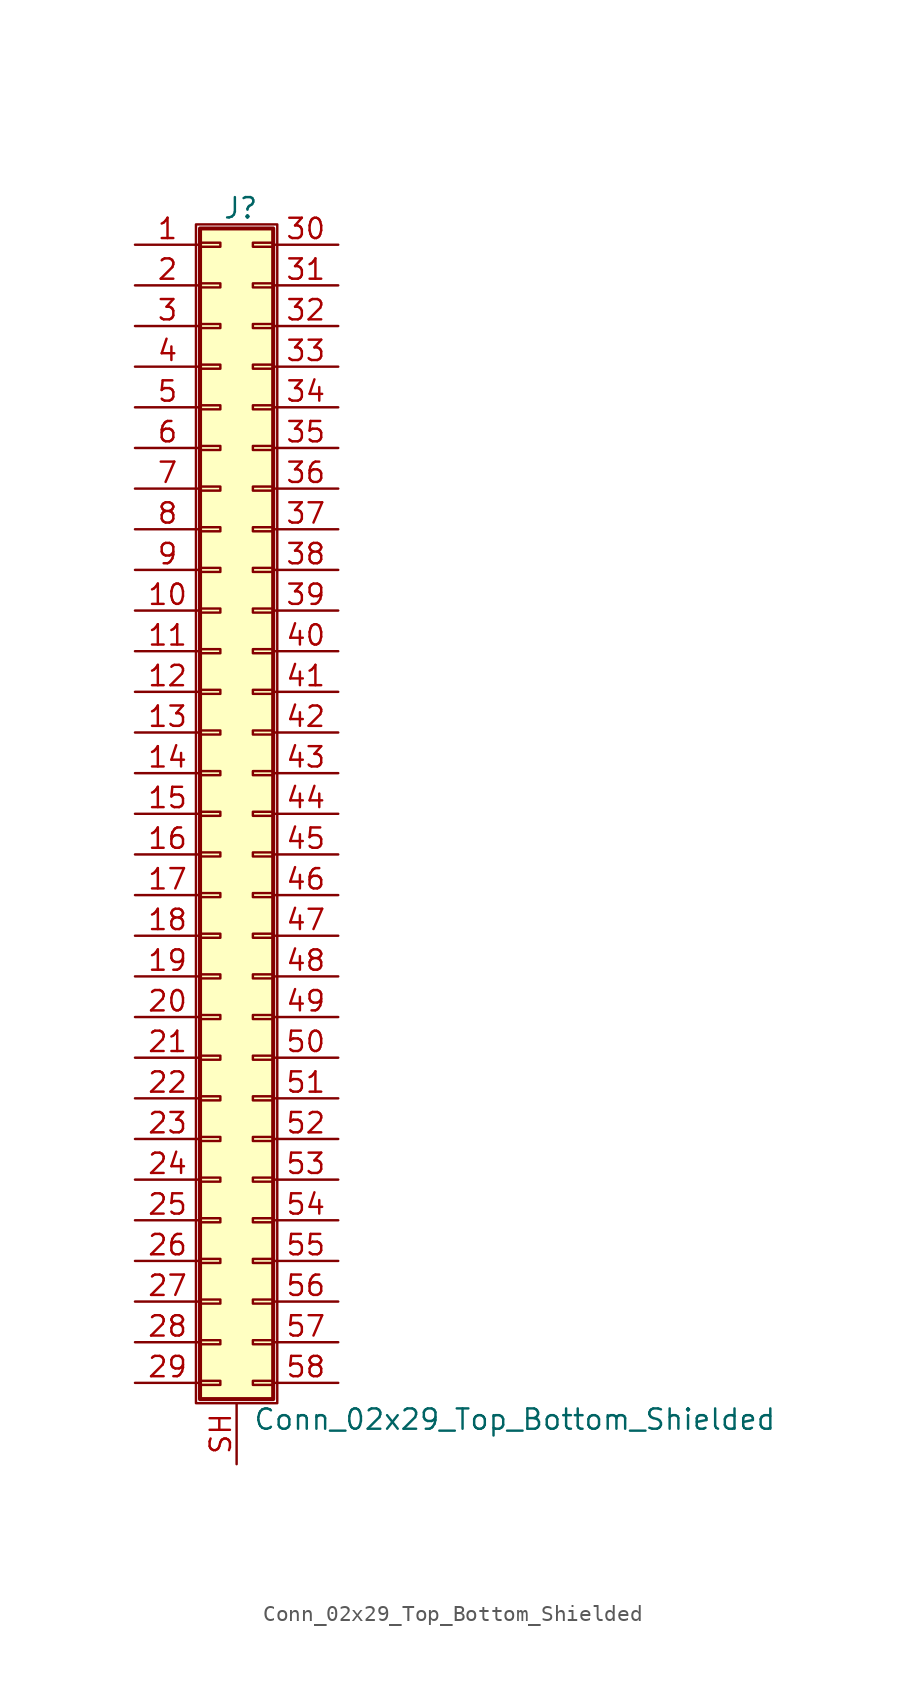
<source format=kicad_sym>
(kicad_symbol_lib
  (version 20201005)
  (generator kicad_symbol_editor)
  (symbol "Conn_02x29_Top_Bottom_Shielded"
    (pin_names
      (offset 1.016) hide)
    (property "Reference" "J"
      (at 1.524 37.846 0)
      (effects (font (size 1.27 1.27))))
    (property "Value" "Conn_02x29_Top_Bottom_Shielded"
      (at 2.286 -37.846 0)
      (effects (font (size 1.27 1.27)) (justify left)))
    (symbol "Conn_02x29_Top_Bottom_Shielded_1_1"
      (rectangle (start -1.27 36.83) (end 3.81 -36.83) (stroke (width 0.152)) (fill (type none)))
      (rectangle (start -1.016 -35.433) (end 0.254 -35.687) (stroke (width 0.152)) (fill (type none)))
      (rectangle (start -1.016 -32.893) (end 0.254 -33.147) (stroke (width 0.152)) (fill (type none)))
      (rectangle (start -1.016 -30.353) (end 0.254 -30.607) (stroke (width 0.152)) (fill (type none)))
      (rectangle (start -1.016 -27.813) (end 0.254 -28.067) (stroke (width 0.152)) (fill (type none)))
      (rectangle (start -1.016 -25.273) (end 0.254 -25.527) (stroke (width 0.152)) (fill (type none)))
      (rectangle (start -1.016 -22.733) (end 0.254 -22.987) (stroke (width 0.152)) (fill (type none)))
      (rectangle (start -1.016 -20.193) (end 0.254 -20.447) (stroke (width 0.152)) (fill (type none)))
      (rectangle (start -1.016 -17.653) (end 0.254 -17.907) (stroke (width 0.152)) (fill (type none)))
      (rectangle (start -1.016 -15.113) (end 0.254 -15.367) (stroke (width 0.152)) (fill (type none)))
      (rectangle (start -1.016 -12.573) (end 0.254 -12.827) (stroke (width 0.152)) (fill (type none)))
      (rectangle (start -1.016 -10.033) (end 0.254 -10.287) (stroke (width 0.152)) (fill (type none)))
      (rectangle (start -1.016 -7.493) (end 0.254 -7.747) (stroke (width 0.152)) (fill (type none)))
      (rectangle (start -1.016 -4.953) (end 0.254 -5.207) (stroke (width 0.152)) (fill (type none)))
      (rectangle (start -1.016 -2.413) (end 0.254 -2.667) (stroke (width 0.152)) (fill (type none)))
      (rectangle (start -1.016 0.127) (end 0.254 -0.127) (stroke (width 0.152)) (fill (type none)))
      (rectangle (start -1.016 2.667) (end 0.254 2.413) (stroke (width 0.152)) (fill (type none)))
      (rectangle (start -1.016 5.207) (end 0.254 4.953) (stroke (width 0.152)) (fill (type none)))
      (rectangle (start -1.016 7.747) (end 0.254 7.493) (stroke (width 0.152)) (fill (type none)))
      (rectangle (start -1.016 10.287) (end 0.254 10.033) (stroke (width 0.152)) (fill (type none)))
      (rectangle (start -1.016 12.827) (end 0.254 12.573) (stroke (width 0.152)) (fill (type none)))
      (rectangle (start -1.016 15.367) (end 0.254 15.113) (stroke (width 0.152)) (fill (type none)))
      (rectangle (start -1.016 17.907) (end 0.254 17.653) (stroke (width 0.152)) (fill (type none)))
      (rectangle (start -1.016 20.447) (end 0.254 20.193) (stroke (width 0.152)) (fill (type none)))
      (rectangle (start -1.016 22.987) (end 0.254 22.733) (stroke (width 0.152)) (fill (type none)))
      (rectangle (start -1.016 25.527) (end 0.254 25.273) (stroke (width 0.152)) (fill (type none)))
      (rectangle (start -1.016 28.067) (end 0.254 27.813) (stroke (width 0.152)) (fill (type none)))
      (rectangle (start -1.016 30.607) (end 0.254 30.353) (stroke (width 0.152)) (fill (type none)))
      (rectangle (start -1.016 33.147) (end 0.254 32.893) (stroke (width 0.152)) (fill (type none)))
      (rectangle (start -1.016 35.687) (end 0.254 35.433) (stroke (width 0.152)) (fill (type none)))
      (rectangle (start 3.556 -35.433) (end 2.286 -35.687) (stroke (width 0.152)) (fill (type none)))
      (rectangle (start 3.556 -32.893) (end 2.286 -33.147) (stroke (width 0.152)) (fill (type none)))
      (rectangle (start 3.556 -30.353) (end 2.286 -30.607) (stroke (width 0.152)) (fill (type none)))
      (rectangle (start 3.556 -27.813) (end 2.286 -28.067) (stroke (width 0.152)) (fill (type none)))
      (rectangle (start 3.556 -25.273) (end 2.286 -25.527) (stroke (width 0.152)) (fill (type none)))
      (rectangle (start 3.556 -22.733) (end 2.286 -22.987) (stroke (width 0.152)) (fill (type none)))
      (rectangle (start 3.556 -20.193) (end 2.286 -20.447) (stroke (width 0.152)) (fill (type none)))
      (rectangle (start 3.556 -17.653) (end 2.286 -17.907) (stroke (width 0.152)) (fill (type none)))
      (rectangle (start 3.556 -15.113) (end 2.286 -15.367) (stroke (width 0.152)) (fill (type none)))
      (rectangle (start 3.556 -12.573) (end 2.286 -12.827) (stroke (width 0.152)) (fill (type none)))
      (rectangle (start 3.556 -10.033) (end 2.286 -10.287) (stroke (width 0.152)) (fill (type none)))
      (rectangle (start 3.556 -7.493) (end 2.286 -7.747) (stroke (width 0.152)) (fill (type none)))
      (rectangle (start 3.556 -4.953) (end 2.286 -5.207) (stroke (width 0.152)) (fill (type none)))
      (rectangle (start 3.556 -2.413) (end 2.286 -2.667) (stroke (width 0.152)) (fill (type none)))
      (rectangle (start 3.556 0.127) (end 2.286 -0.127) (stroke (width 0.152)) (fill (type none)))
      (rectangle (start 3.556 2.667) (end 2.286 2.413) (stroke (width 0.152)) (fill (type none)))
      (rectangle (start 3.556 5.207) (end 2.286 4.953) (stroke (width 0.152)) (fill (type none)))
      (rectangle (start 3.556 7.747) (end 2.286 7.493) (stroke (width 0.152)) (fill (type none)))
      (rectangle (start 3.556 10.287) (end 2.286 10.033) (stroke (width 0.152)) (fill (type none)))
      (rectangle (start 3.556 12.827) (end 2.286 12.573) (stroke (width 0.152)) (fill (type none)))
      (rectangle (start 3.556 15.367) (end 2.286 15.113) (stroke (width 0.152)) (fill (type none)))
      (rectangle (start 3.556 17.907) (end 2.286 17.653) (stroke (width 0.152)) (fill (type none)))
      (rectangle (start 3.556 20.447) (end 2.286 20.193) (stroke (width 0.152)) (fill (type none)))
      (rectangle (start 3.556 22.987) (end 2.286 22.733) (stroke (width 0.152)) (fill (type none)))
      (rectangle (start 3.556 25.527) (end 2.286 25.273) (stroke (width 0.152)) (fill (type none)))
      (rectangle (start 3.556 28.067) (end 2.286 27.813) (stroke (width 0.152)) (fill (type none)))
      (rectangle (start 3.556 30.607) (end 2.286 30.353) (stroke (width 0.152)) (fill (type none)))
      (rectangle (start 3.556 33.147) (end 2.286 32.893) (stroke (width 0.152)) (fill (type none)))
      (rectangle (start 3.556 35.687) (end 2.286 35.433) (stroke (width 0.152)) (fill (type none)))
      (rectangle (start -1.016 36.576) (end 3.556 -36.576) (stroke (width 0.254)) (fill (type background)))
      (pin passive line (at -5.08 35.56 0) (length 4.064) (name "Pin_1" (effects (font (size 1.27 1.27)))) (number "1" (effects (font (size 1.27 1.27)))))
      (pin passive line (at -5.08 12.7 0) (length 4.064) (name "Pin_10" (effects (font (size 1.27 1.27)))) (number "10" (effects (font (size 1.27 1.27)))))
      (pin passive line (at -5.08 10.16 0) (length 4.064) (name "Pin_11" (effects (font (size 1.27 1.27)))) (number "11" (effects (font (size 1.27 1.27)))))
      (pin passive line (at -5.08 7.62 0) (length 4.064) (name "Pin_12" (effects (font (size 1.27 1.27)))) (number "12" (effects (font (size 1.27 1.27)))))
      (pin passive line (at -5.08 5.08 0) (length 4.064) (name "Pin_13" (effects (font (size 1.27 1.27)))) (number "13" (effects (font (size 1.27 1.27)))))
      (pin passive line (at -5.08 2.54 0) (length 4.064) (name "Pin_14" (effects (font (size 1.27 1.27)))) (number "14" (effects (font (size 1.27 1.27)))))
      (pin passive line (at -5.08 0 0) (length 4.064) (name "Pin_15" (effects (font (size 1.27 1.27)))) (number "15" (effects (font (size 1.27 1.27)))))
      (pin passive line (at -5.08 -2.54 0) (length 4.064) (name "Pin_16" (effects (font (size 1.27 1.27)))) (number "16" (effects (font (size 1.27 1.27)))))
      (pin passive line (at -5.08 -5.08 0) (length 4.064) (name "Pin_17" (effects (font (size 1.27 1.27)))) (number "17" (effects (font (size 1.27 1.27)))))
      (pin passive line (at -5.08 -7.62 0) (length 4.064) (name "Pin_18" (effects (font (size 1.27 1.27)))) (number "18" (effects (font (size 1.27 1.27)))))
      (pin passive line (at -5.08 -10.16 0) (length 4.064) (name "Pin_19" (effects (font (size 1.27 1.27)))) (number "19" (effects (font (size 1.27 1.27)))))
      (pin passive line (at -5.08 33.02 0) (length 4.064) (name "Pin_2" (effects (font (size 1.27 1.27)))) (number "2" (effects (font (size 1.27 1.27)))))
      (pin passive line (at -5.08 -12.7 0) (length 4.064) (name "Pin_20" (effects (font (size 1.27 1.27)))) (number "20" (effects (font (size 1.27 1.27)))))
      (pin passive line (at -5.08 -15.24 0) (length 4.064) (name "Pin_21" (effects (font (size 1.27 1.27)))) (number "21" (effects (font (size 1.27 1.27)))))
      (pin passive line (at -5.08 -17.78 0) (length 4.064) (name "Pin_22" (effects (font (size 1.27 1.27)))) (number "22" (effects (font (size 1.27 1.27)))))
      (pin passive line (at -5.08 -20.32 0) (length 4.064) (name "Pin_23" (effects (font (size 1.27 1.27)))) (number "23" (effects (font (size 1.27 1.27)))))
      (pin passive line (at -5.08 -22.86 0) (length 4.064) (name "Pin_24" (effects (font (size 1.27 1.27)))) (number "24" (effects (font (size 1.27 1.27)))))
      (pin passive line (at -5.08 -25.4 0) (length 4.064) (name "Pin_25" (effects (font (size 1.27 1.27)))) (number "25" (effects (font (size 1.27 1.27)))))
      (pin passive line (at -5.08 -27.94 0) (length 4.064) (name "Pin_26" (effects (font (size 1.27 1.27)))) (number "26" (effects (font (size 1.27 1.27)))))
      (pin passive line (at -5.08 -30.48 0) (length 4.064) (name "Pin_27" (effects (font (size 1.27 1.27)))) (number "27" (effects (font (size 1.27 1.27)))))
      (pin passive line (at -5.08 -33.02 0) (length 4.064) (name "Pin_28" (effects (font (size 1.27 1.27)))) (number "28" (effects (font (size 1.27 1.27)))))
      (pin passive line (at -5.08 -35.56 0) (length 4.064) (name "Pin_29" (effects (font (size 1.27 1.27)))) (number "29" (effects (font (size 1.27 1.27)))))
      (pin passive line (at -5.08 30.48 0) (length 4.064) (name "Pin_3" (effects (font (size 1.27 1.27)))) (number "3" (effects (font (size 1.27 1.27)))))
      (pin passive line (at 7.62 35.56 180) (length 4.064) (name "Pin_30" (effects (font (size 1.27 1.27)))) (number "30" (effects (font (size 1.27 1.27)))))
      (pin passive line (at 7.62 33.02 180) (length 4.064) (name "Pin_31" (effects (font (size 1.27 1.27)))) (number "31" (effects (font (size 1.27 1.27)))))
      (pin passive line (at 7.62 30.48 180) (length 4.064) (name "Pin_32" (effects (font (size 1.27 1.27)))) (number "32" (effects (font (size 1.27 1.27)))))
      (pin passive line (at 7.62 27.94 180) (length 4.064) (name "Pin_33" (effects (font (size 1.27 1.27)))) (number "33" (effects (font (size 1.27 1.27)))))
      (pin passive line (at 7.62 25.4 180) (length 4.064) (name "Pin_34" (effects (font (size 1.27 1.27)))) (number "34" (effects (font (size 1.27 1.27)))))
      (pin passive line (at 7.62 22.86 180) (length 4.064) (name "Pin_35" (effects (font (size 1.27 1.27)))) (number "35" (effects (font (size 1.27 1.27)))))
      (pin passive line (at 7.62 20.32 180) (length 4.064) (name "Pin_36" (effects (font (size 1.27 1.27)))) (number "36" (effects (font (size 1.27 1.27)))))
      (pin passive line (at 7.62 17.78 180) (length 4.064) (name "Pin_37" (effects (font (size 1.27 1.27)))) (number "37" (effects (font (size 1.27 1.27)))))
      (pin passive line (at 7.62 15.24 180) (length 4.064) (name "Pin_38" (effects (font (size 1.27 1.27)))) (number "38" (effects (font (size 1.27 1.27)))))
      (pin passive line (at 7.62 12.7 180) (length 4.064) (name "Pin_39" (effects (font (size 1.27 1.27)))) (number "39" (effects (font (size 1.27 1.27)))))
      (pin passive line (at -5.08 27.94 0) (length 4.064) (name "Pin_4" (effects (font (size 1.27 1.27)))) (number "4" (effects (font (size 1.27 1.27)))))
      (pin passive line (at 7.62 10.16 180) (length 4.064) (name "Pin_40" (effects (font (size 1.27 1.27)))) (number "40" (effects (font (size 1.27 1.27)))))
      (pin passive line (at 7.62 7.62 180) (length 4.064) (name "Pin_41" (effects (font (size 1.27 1.27)))) (number "41" (effects (font (size 1.27 1.27)))))
      (pin passive line (at 7.62 5.08 180) (length 4.064) (name "Pin_42" (effects (font (size 1.27 1.27)))) (number "42" (effects (font (size 1.27 1.27)))))
      (pin passive line (at 7.62 2.54 180) (length 4.064) (name "Pin_43" (effects (font (size 1.27 1.27)))) (number "43" (effects (font (size 1.27 1.27)))))
      (pin passive line (at 7.62 0 180) (length 4.064) (name "Pin_44" (effects (font (size 1.27 1.27)))) (number "44" (effects (font (size 1.27 1.27)))))
      (pin passive line (at 7.62 -2.54 180) (length 4.064) (name "Pin_45" (effects (font (size 1.27 1.27)))) (number "45" (effects (font (size 1.27 1.27)))))
      (pin passive line (at 7.62 -5.08 180) (length 4.064) (name "Pin_46" (effects (font (size 1.27 1.27)))) (number "46" (effects (font (size 1.27 1.27)))))
      (pin passive line (at 7.62 -7.62 180) (length 4.064) (name "Pin_47" (effects (font (size 1.27 1.27)))) (number "47" (effects (font (size 1.27 1.27)))))
      (pin passive line (at 7.62 -10.16 180) (length 4.064) (name "Pin_48" (effects (font (size 1.27 1.27)))) (number "48" (effects (font (size 1.27 1.27)))))
      (pin passive line (at 7.62 -12.7 180) (length 4.064) (name "Pin_49" (effects (font (size 1.27 1.27)))) (number "49" (effects (font (size 1.27 1.27)))))
      (pin passive line (at -5.08 25.4 0) (length 4.064) (name "Pin_5" (effects (font (size 1.27 1.27)))) (number "5" (effects (font (size 1.27 1.27)))))
      (pin passive line (at 7.62 -15.24 180) (length 4.064) (name "Pin_50" (effects (font (size 1.27 1.27)))) (number "50" (effects (font (size 1.27 1.27)))))
      (pin passive line (at 7.62 -17.78 180) (length 4.064) (name "Pin_51" (effects (font (size 1.27 1.27)))) (number "51" (effects (font (size 1.27 1.27)))))
      (pin passive line (at 7.62 -20.32 180) (length 4.064) (name "Pin_52" (effects (font (size 1.27 1.27)))) (number "52" (effects (font (size 1.27 1.27)))))
      (pin passive line (at 7.62 -22.86 180) (length 4.064) (name "Pin_53" (effects (font (size 1.27 1.27)))) (number "53" (effects (font (size 1.27 1.27)))))
      (pin passive line (at 7.62 -25.4 180) (length 4.064) (name "Pin_54" (effects (font (size 1.27 1.27)))) (number "54" (effects (font (size 1.27 1.27)))))
      (pin passive line (at 7.62 -27.94 180) (length 4.064) (name "Pin_55" (effects (font (size 1.27 1.27)))) (number "55" (effects (font (size 1.27 1.27)))))
      (pin passive line (at 7.62 -30.48 180) (length 4.064) (name "Pin_56" (effects (font (size 1.27 1.27)))) (number "56" (effects (font (size 1.27 1.27)))))
      (pin passive line (at 7.62 -33.02 180) (length 4.064) (name "Pin_57" (effects (font (size 1.27 1.27)))) (number "57" (effects (font (size 1.27 1.27)))))
      (pin passive line (at 7.62 -35.56 180) (length 4.064) (name "Pin_58" (effects (font (size 1.27 1.27)))) (number "58" (effects (font (size 1.27 1.27)))))
      (pin passive line (at -5.08 22.86 0) (length 4.064) (name "Pin_6" (effects (font (size 1.27 1.27)))) (number "6" (effects (font (size 1.27 1.27)))))
      (pin passive line (at -5.08 20.32 0) (length 4.064) (name "Pin_7" (effects (font (size 1.27 1.27)))) (number "7" (effects (font (size 1.27 1.27)))))
      (pin passive line (at -5.08 17.78 0) (length 4.064) (name "Pin_8" (effects (font (size 1.27 1.27)))) (number "8" (effects (font (size 1.27 1.27)))))
      (pin passive line (at -5.08 15.24 0) (length 4.064) (name "Pin_9" (effects (font (size 1.27 1.27)))) (number "9" (effects (font (size 1.27 1.27)))))
      (pin passive line (at 1.27 -40.64 90) (length 3.81) (name "Shield" (effects (font (size 1.27 1.27)))) (number "SH" (effects (font (size 1.27 1.27))))))))
</source>
